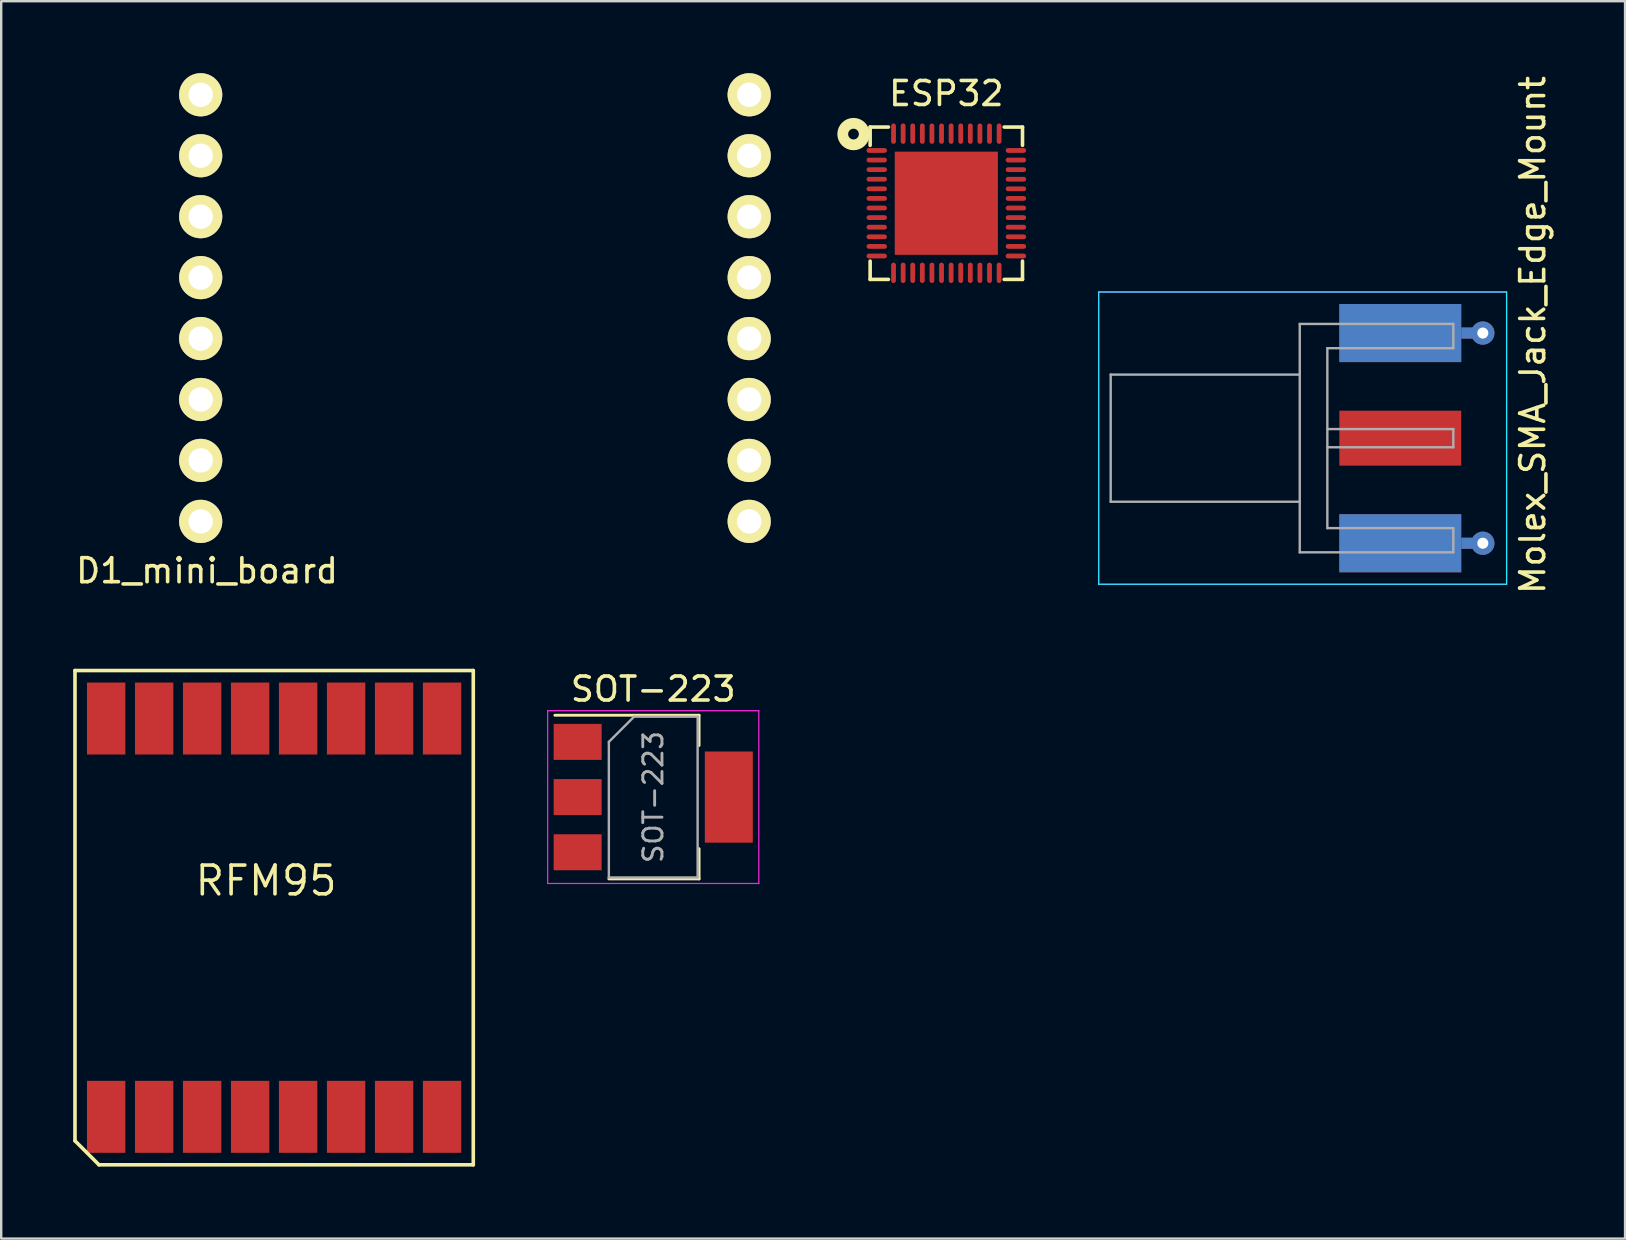
<source format=kicad_pcb>
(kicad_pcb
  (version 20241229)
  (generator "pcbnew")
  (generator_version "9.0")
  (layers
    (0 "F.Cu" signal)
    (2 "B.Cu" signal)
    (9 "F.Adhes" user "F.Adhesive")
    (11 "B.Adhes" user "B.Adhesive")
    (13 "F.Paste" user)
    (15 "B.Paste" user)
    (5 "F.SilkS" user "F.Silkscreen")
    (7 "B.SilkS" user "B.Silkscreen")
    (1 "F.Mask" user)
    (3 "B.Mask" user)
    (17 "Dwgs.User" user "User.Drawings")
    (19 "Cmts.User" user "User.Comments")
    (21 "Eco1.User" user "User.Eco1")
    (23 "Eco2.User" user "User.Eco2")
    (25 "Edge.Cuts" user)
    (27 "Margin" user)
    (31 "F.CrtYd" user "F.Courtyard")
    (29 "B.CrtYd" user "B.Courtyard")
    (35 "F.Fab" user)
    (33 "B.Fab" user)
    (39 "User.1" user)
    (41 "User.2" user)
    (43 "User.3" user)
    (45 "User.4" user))
  (footprint "SOT-223"
    (layer "F.Cu")
    (at 24.175 30.17)
    (property "Reference" "SOT-223" (at 0 -4.5 0) (layer "F.SilkS") (effects (font (size 1 1) (thickness 0.15))))
    (attr smd)
    (fp_line (start -4.1 -3.41) (end 1.91 -3.41) (stroke (width 0.12) (type solid)) (layer "F.SilkS"))
    (fp_line (start -1.85 3.41) (end 1.91 3.41) (stroke (width 0.12) (type solid)) (layer "F.SilkS"))
    (fp_line (start 1.91 -3.41) (end 1.91 -2.15) (stroke (width 0.12) (type solid)) (layer "F.SilkS"))
    (fp_line (start 1.91 3.41) (end 1.91 2.15) (stroke (width 0.12) (type solid)) (layer "F.SilkS"))
    (fp_line (start -4.4 -3.6) (end -4.4 3.6) (stroke (width 0.05) (type solid)) (layer "F.CrtYd"))
    (fp_line (start -4.4 3.6) (end 4.4 3.6) (stroke (width 0.05) (type solid)) (layer "F.CrtYd"))
    (fp_line (start 4.4 -3.6) (end -4.4 -3.6) (stroke (width 0.05) (type solid)) (layer "F.CrtYd"))
    (fp_line (start 4.4 3.6) (end 4.4 -3.6) (stroke (width 0.05) (type solid)) (layer "F.CrtYd"))
    (fp_line (start -1.85 -2.3) (end -1.85 3.35) (stroke (width 0.1) (type solid)) (layer "F.Fab"))
    (fp_line (start -1.85 -2.3) (end -0.8 -3.35) (stroke (width 0.1) (type solid)) (layer "F.Fab"))
    (fp_line (start -1.85 3.35) (end 1.85 3.35) (stroke (width 0.1) (type solid)) (layer "F.Fab"))
    (fp_line (start -0.8 -3.35) (end 1.85 -3.35) (stroke (width 0.1) (type solid)) (layer "F.Fab"))
    (fp_line (start 1.85 -3.35) (end 1.85 3.35) (stroke (width 0.1) (type solid)) (layer "F.Fab"))
    (fp_text user "${REFERENCE}" (at 0 0 90) (layer "F.Fab") (effects (font (size 0.8 0.8) (thickness 0.12))))
    (pad "1" smd rect (at -3.15 -2.3) (size 2 1.5) (layers "F.Cu" "F.Mask" "F.Paste"))
    (pad "2" smd rect (at -3.15 0) (size 2 1.5) (layers "F.Cu" "F.Mask" "F.Paste"))
    (pad "3" smd rect (at -3.15 2.3) (size 2 1.5) (layers "F.Cu" "F.Mask" "F.Paste"))
    (pad "4" smd rect (at 3.15 0) (size 2 3.8) (layers "F.Cu" "F.Mask" "F.Paste")))
  (footprint "RFM95"
    (layer "F.Cu")
    (at 8.375 35.196)
    (property "Reference" "RFM95" (at -0.336 -1.541 180) (layer "F.SilkS") (effects (font (size 1.2 1.2) (thickness 0.15))))
    (attr through_hole)
    (fp_line (start -8.3 -10.3) (end -8.3 9.3) (stroke (width 0.15) (type solid)) (layer "F.SilkS"))
    (fp_line (start -8.3 9.3) (end -7.3 10.3) (stroke (width 0.15) (type solid)) (layer "F.SilkS"))
    (fp_line (start -7.3 10.3) (end 8.3 10.3) (stroke (width 0.15) (type solid)) (layer "F.SilkS"))
    (fp_line (start 8.3 -10.3) (end -8.3 -10.3) (stroke (width 0.15) (type solid)) (layer "F.SilkS"))
    (fp_line (start 8.3 10.3) (end 8.3 -10.3) (stroke (width 0.15) (type solid)) (layer "F.SilkS"))
    (pad "1" smd rect (at -7 8.3) (size 1.6 3) (layers "F.Cu" "F.Mask" "F.Paste"))
    (pad "2" smd rect (at -5 8.3) (size 1.6 3) (layers "F.Cu" "F.Mask" "F.Paste"))
    (pad "3" smd rect (at -3 8.3) (size 1.6 3) (layers "F.Cu" "F.Mask" "F.Paste"))
    (pad "4" smd rect (at -1 8.3) (size 1.6 3) (layers "F.Cu" "F.Mask" "F.Paste"))
    (pad "5" smd rect (at 1 8.3) (size 1.6 3) (layers "F.Cu" "F.Mask" "F.Paste"))
    (pad "6" smd rect (at 3 8.3) (size 1.6 3) (layers "F.Cu" "F.Mask" "F.Paste"))
    (pad "7" smd rect (at 5 8.3) (size 1.6 3) (layers "F.Cu" "F.Mask" "F.Paste"))
    (pad "8" smd rect (at 7 8.3) (size 1.6 3) (layers "F.Cu" "F.Mask" "F.Paste"))
    (pad "9" smd rect (at 7 -8.3) (size 1.6 3) (layers "F.Cu" "F.Mask" "F.Paste"))
    (pad "10" smd rect (at 5 -8.3) (size 1.6 3) (layers "F.Cu" "F.Mask" "F.Paste"))
    (pad "11" smd rect (at 3 -8.3) (size 1.6 3) (layers "F.Cu" "F.Mask" "F.Paste"))
    (pad "12" smd rect (at 1 -8.3) (size 1.6 3) (layers "F.Cu" "F.Mask" "F.Paste"))
    (pad "13" smd rect (at -1 -8.3) (size 1.6 3) (layers "F.Cu" "F.Mask" "F.Paste"))
    (pad "14" smd rect (at -3 -8.3) (size 1.6 3) (layers "F.Cu" "F.Mask" "F.Paste"))
    (pad "15" smd rect (at -5 -8.3) (size 1.6 3) (layers "F.Cu" "F.Mask" "F.Paste"))
    (pad "16" smd rect (at -7 -8.3) (size 1.6 3) (layers "F.Cu" "F.Mask" "F.Paste")))
  (footprint "D1_mini_board"
    (layer "F.Cu")
    (at 16.744 11.06)
    (property "Reference" "D1_mini_board" (at -11.166 9.678 0) (layer "F.SilkS") (effects (font (size 1 1) (thickness 0.15))))
    (attr through_hole)
    (pad "1" thru_hole circle (at -11.43 7.62) (size 1.8 1.8) (drill 1.016) (layers "*.Cu" "*.Mask" "F.SilkS"))
    (pad "2" thru_hole circle (at -11.43 5.08) (size 1.8 1.8) (drill 1.016) (layers "*.Cu" "*.Mask" "F.SilkS"))
    (pad "3" thru_hole circle (at -11.43 2.54) (size 1.8 1.8) (drill 1.016) (layers "*.Cu" "*.Mask" "F.SilkS"))
    (pad "4" thru_hole circle (at -11.43 0) (size 1.8 1.8) (drill 1.016) (layers "*.Cu" "*.Mask" "F.SilkS"))
    (pad "5" thru_hole circle (at -11.43 -2.54) (size 1.8 1.8) (drill 1.016) (layers "*.Cu" "*.Mask" "F.SilkS"))
    (pad "6" thru_hole circle (at -11.43 -5.08) (size 1.8 1.8) (drill 1.016) (layers "*.Cu" "*.Mask" "F.SilkS"))
    (pad "7" thru_hole circle (at -11.43 -7.62) (size 1.8 1.8) (drill 1.016) (layers "*.Cu" "*.Mask" "F.SilkS"))
    (pad "8" thru_hole circle (at -11.43 -10.16) (size 1.8 1.8) (drill 1.016) (layers "*.Cu" "*.Mask" "F.SilkS"))
    (pad "9" thru_hole circle (at 11.43 -10.16) (size 1.8 1.8) (drill 1.016) (layers "*.Cu" "*.Mask" "F.SilkS"))
    (pad "10" thru_hole circle (at 11.43 -7.62) (size 1.8 1.8) (drill 1.016) (layers "*.Cu" "*.Mask" "F.SilkS"))
    (pad "11" thru_hole circle (at 11.43 -5.08) (size 1.8 1.8) (drill 1.016) (layers "*.Cu" "*.Mask" "F.SilkS"))
    (pad "12" thru_hole circle (at 11.43 -2.54) (size 1.8 1.8) (drill 1.016) (layers "*.Cu" "*.Mask" "F.SilkS"))
    (pad "13" thru_hole circle (at 11.43 0) (size 1.8 1.8) (drill 1.016) (layers "*.Cu" "*.Mask" "F.SilkS"))
    (pad "14" thru_hole circle (at 11.43 2.54) (size 1.8 1.8) (drill 1.016) (layers "*.Cu" "*.Mask" "F.SilkS"))
    (pad "15" thru_hole circle (at 11.43 5.08) (size 1.8 1.8) (drill 1.016) (layers "*.Cu" "*.Mask" "F.SilkS"))
    (pad "16" thru_hole circle (at 11.43 7.62) (size 1.8 1.8) (drill 1.016) (layers "*.Cu" "*.Mask" "F.SilkS")))
  (footprint "Molex_SMA_Jack_Edge_Mount"
    (layer "F.Cu")
    (at 57.03 15.211)
    (property "Reference" "Molex_SMA_Jack_Edge_Mount" (at 3.8 -4.3 90) (layer "F.SilkS") (effects (font (size 1 1) (thickness 0.15))))
    (attr smd)
    (fp_line (start -14.29 -6.09) (end -14.29 6.09) (stroke (width 0.05) (type solid)) (layer "B.CrtYd"))
    (fp_line (start -14.29 -6.09) (end 2.71 -6.09) (stroke (width 0.05) (type solid)) (layer "B.CrtYd"))
    (fp_line (start -14.29 6.09) (end 2.71 6.09) (stroke (width 0.05) (type solid)) (layer "B.CrtYd"))
    (fp_line (start 2.71 -6.09) (end 2.71 6.09) (stroke (width 0.05) (type solid)) (layer "B.CrtYd"))
    (fp_line (start -14.29 -6.09) (end -14.29 6.09) (stroke (width 0.05) (type solid)) (layer "F.CrtYd"))
    (fp_line (start -14.29 6.09) (end 2.71 6.09) (stroke (width 0.05) (type solid)) (layer "F.CrtYd"))
    (fp_line (start 2.71 -6.09) (end -14.29 -6.09) (stroke (width 0.05) (type solid)) (layer "F.CrtYd"))
    (fp_line (start 2.71 -6.09) (end 2.71 6.09) (stroke (width 0.05) (type solid)) (layer "F.CrtYd"))
    (fp_line (start -13.79 -2.65) (end -13.79 2.65) (stroke (width 0.1) (type solid)) (layer "F.Fab"))
    (fp_line (start -13.79 -2.65) (end -5.91 -2.65) (stroke (width 0.1) (type solid)) (layer "F.Fab"))
    (fp_line (start -13.79 2.65) (end -5.91 2.65) (stroke (width 0.1) (type solid)) (layer "F.Fab"))
    (fp_line (start -5.91 -4.76) (end -5.91 4.76) (stroke (width 0.1) (type solid)) (layer "F.Fab"))
    (fp_line (start -5.91 4.76) (end 0.49 4.76) (stroke (width 0.1) (type solid)) (layer "F.Fab"))
    (fp_line (start -4.76 -3.75) (end -4.76 3.75) (stroke (width 0.1) (type solid)) (layer "F.Fab"))
    (fp_line (start -4.76 -3.75) (end 0.49 -3.75) (stroke (width 0.1) (type solid)) (layer "F.Fab"))
    (fp_line (start -4.76 -0.38) (end 0.49 -0.38) (stroke (width 0.1) (type solid)) (layer "F.Fab"))
    (fp_line (start -4.76 0.38) (end 0.49 0.38) (stroke (width 0.1) (type solid)) (layer "F.Fab"))
    (fp_line (start -4.76 3.75) (end 0.49 3.75) (stroke (width 0.1) (type solid)) (layer "F.Fab"))
    (fp_line (start 0.49 -4.76) (end -5.91 -4.76) (stroke (width 0.1) (type solid)) (layer "F.Fab"))
    (fp_line (start 0.49 -4.76) (end 0.49 -3.75) (stroke (width 0.1) (type solid)) (layer "F.Fab"))
    (fp_line (start 0.49 -0.38) (end 0.49 0.38) (stroke (width 0.1) (type solid)) (layer "F.Fab"))
    (fp_line (start 0.49 3.75) (end 0.49 4.76) (stroke (width 0.1) (type solid)) (layer "F.Fab"))
    (pad "1" smd rect (at -1.72 0) (size 5.08 2.29) (layers "F.Cu" "F.Mask" "F.Paste"))
    (pad "2" smd rect (at -1.72 -4.38) (size 5.08 2.42) (layers "F.Cu" "F.Mask" "F.Paste"))
    (pad "2" smd rect (at -1.72 -4.38) (size 5.08 2.42) (layers "B.Cu" "B.Mask"))
    (pad "2" smd rect (at -1.72 4.38) (size 5.08 2.42) (layers "F.Cu" "F.Mask" "F.Paste"))
    (pad "2" smd rect (at -1.72 4.38) (size 5.08 2.42) (layers "B.Cu" "B.Mask"))
    (pad "2" smd rect (at 1.27 -4.38) (size 0.89 0.46) (layers "F.Cu"))
    (pad "2" smd rect (at 1.27 -4.38) (size 0.89 0.46) (layers "B.Cu"))
    (pad "2" smd rect (at 1.27 4.38) (size 0.89 0.46) (layers "F.Cu"))
    (pad "2" smd rect (at 1.27 4.38) (size 0.89 0.46) (layers "B.Cu"))
    (pad "2" thru_hole circle (at 1.72 -4.38) (size 0.97 0.97) (drill 0.46) (layers "*.Cu"))
    (pad "2" thru_hole circle (at 1.72 4.38) (size 0.97 0.97) (drill 0.46) (layers "*.Cu")))
  (footprint "ESP32"
    (layer "F.Cu")
    (at 36.372 5.438)
    (property "Reference" "ESP32" (at 0.018 -4.59 0) (layer "F.SilkS") (effects (font (size 1 1) (thickness 0.15))))
    (attr through_hole)
    (fp_line (start -3.157 -3.193) (end -3.157 -2.431) (stroke (width 0.15) (type solid)) (layer "F.SilkS"))
    (fp_line (start -3.157 2.395) (end -3.157 3.157) (stroke (width 0.15) (type solid)) (layer "F.SilkS"))
    (fp_line (start -3.157 3.157) (end -2.395 3.157) (stroke (width 0.15) (type solid)) (layer "F.SilkS"))
    (fp_line (start -2.395 -3.193) (end -3.157 -3.193) (stroke (width 0.15) (type solid)) (layer "F.SilkS"))
    (fp_line (start 2.431 -3.193) (end 3.193 -3.193) (stroke (width 0.15) (type solid)) (layer "F.SilkS"))
    (fp_line (start 3.193 -3.193) (end 3.193 -2.431) (stroke (width 0.15) (type solid)) (layer "F.SilkS"))
    (fp_line (start 3.193 2.395) (end 3.193 3.157) (stroke (width 0.15) (type solid)) (layer "F.SilkS"))
    (fp_line (start 3.193 3.157) (end 2.431 3.157) (stroke (width 0.15) (type solid)) (layer "F.SilkS"))
    (fp_circle (center -3.85 -2.9) (end -3.95 -3.1) (stroke (width 0.45) (type solid)) (fill no) (layer "F.SilkS"))
    (pad "1" smd oval (at -2.882 -2.218) (size 0.85 0.2) (layers "F.Cu" "F.Mask" "F.Paste"))
    (pad "2" smd oval (at -2.882 -1.818) (size 0.85 0.2) (layers "F.Cu" "F.Mask" "F.Paste"))
    (pad "3" smd oval (at -2.882 -1.418) (size 0.85 0.2) (layers "F.Cu" "F.Mask" "F.Paste"))
    (pad "4" smd oval (at -2.882 -1.018) (size 0.85 0.2) (layers "F.Cu" "F.Mask" "F.Paste"))
    (pad "5" smd oval (at -2.882 -0.618) (size 0.85 0.2) (layers "F.Cu" "F.Mask" "F.Paste"))
    (pad "6" smd oval (at -2.882 -0.218) (size 0.85 0.2) (layers "F.Cu" "F.Mask" "F.Paste"))
    (pad "7" smd oval (at -2.882 0.182) (size 0.85 0.2) (layers "F.Cu" "F.Mask" "F.Paste"))
    (pad "8" smd oval (at -2.882 0.582) (size 0.85 0.2) (layers "F.Cu" "F.Mask" "F.Paste"))
    (pad "9" smd oval (at -2.882 0.982) (size 0.85 0.2) (layers "F.Cu" "F.Mask" "F.Paste"))
    (pad "10" smd oval (at -2.882 1.382) (size 0.85 0.2) (layers "F.Cu" "F.Mask" "F.Paste"))
    (pad "11" smd oval (at -2.882 1.782) (size 0.85 0.2) (layers "F.Cu" "F.Mask" "F.Paste"))
    (pad "12" smd oval (at -2.882 2.182) (size 0.85 0.2) (layers "F.Cu" "F.Mask" "F.Paste"))
    (pad "13" smd oval (at -2.182 2.882) (size 0.2 0.85) (layers "F.Cu" "F.Mask" "F.Paste"))
    (pad "14" smd oval (at -1.782 2.882) (size 0.2 0.85) (layers "F.Cu" "F.Mask" "F.Paste"))
    (pad "15" smd oval (at -1.382 2.882) (size 0.2 0.85) (layers "F.Cu" "F.Mask" "F.Paste"))
    (pad "16" smd oval (at -0.982 2.882) (size 0.2 0.85) (layers "F.Cu" "F.Mask" "F.Paste"))
    (pad "17" smd oval (at -0.582 2.882) (size 0.2 0.85) (layers "F.Cu" "F.Mask" "F.Paste"))
    (pad "18" smd oval (at -0.182 2.882) (size 0.2 0.85) (layers "F.Cu" "F.Mask" "F.Paste"))
    (pad "19" smd oval (at 0.218 2.882) (size 0.2 0.85) (layers "F.Cu" "F.Mask" "F.Paste"))
    (pad "20" smd oval (at 0.618 2.882) (size 0.2 0.85) (layers "F.Cu" "F.Mask" "F.Paste"))
    (pad "21" smd oval (at 1.018 2.882) (size 0.2 0.85) (layers "F.Cu" "F.Mask" "F.Paste"))
    (pad "22" smd oval (at 1.418 2.882) (size 0.2 0.85) (layers "F.Cu" "F.Mask" "F.Paste"))
    (pad "23" smd oval (at 1.818 2.882) (size 0.2 0.85) (layers "F.Cu" "F.Mask" "F.Paste"))
    (pad "24" smd oval (at 2.218 2.882) (size 0.2 0.85) (layers "F.Cu" "F.Mask" "F.Paste"))
    (pad "25" smd oval (at 2.918 2.182) (size 0.85 0.2) (layers "F.Cu" "F.Mask" "F.Paste"))
    (pad "26" smd oval (at 2.918 1.782) (size 0.85 0.2) (layers "F.Cu" "F.Mask" "F.Paste"))
    (pad "27" smd oval (at 2.918 1.382) (size 0.85 0.2) (layers "F.Cu" "F.Mask" "F.Paste"))
    (pad "28" smd oval (at 2.918 0.982) (size 0.85 0.2) (layers "F.Cu" "F.Mask" "F.Paste"))
    (pad "29" smd oval (at 2.918 0.582) (size 0.85 0.2) (layers "F.Cu" "F.Mask" "F.Paste"))
    (pad "30" smd oval (at 2.918 0.182) (size 0.85 0.2) (layers "F.Cu" "F.Mask" "F.Paste"))
    (pad "31" smd oval (at 2.918 -0.218) (size 0.85 0.2) (layers "F.Cu" "F.Mask" "F.Paste"))
    (pad "32" smd oval (at 2.918 -0.618) (size 0.85 0.2) (layers "F.Cu" "F.Mask" "F.Paste"))
    (pad "33" smd oval (at 2.918 -1.018) (size 0.85 0.2) (layers "F.Cu" "F.Mask" "F.Paste"))
    (pad "34" smd oval (at 2.918 -1.418) (size 0.85 0.2) (layers "F.Cu" "F.Mask" "F.Paste"))
    (pad "35" smd oval (at 2.918 -1.818) (size 0.85 0.2) (layers "F.Cu" "F.Mask" "F.Paste"))
    (pad "36" smd oval (at 2.918 -2.218) (size 0.85 0.2) (layers "F.Cu" "F.Mask" "F.Paste"))
    (pad "37" smd oval (at 2.218 -2.918) (size 0.2 0.85) (layers "F.Cu" "F.Mask" "F.Paste"))
    (pad "38" smd oval (at 1.818 -2.918) (size 0.2 0.85) (layers "F.Cu" "F.Mask" "F.Paste"))
    (pad "39" smd oval (at 1.418 -2.918) (size 0.2 0.85) (layers "F.Cu" "F.Mask" "F.Paste"))
    (pad "40" smd oval (at 1.018 -2.918) (size 0.2 0.85) (layers "F.Cu" "F.Mask" "F.Paste"))
    (pad "41" smd oval (at 0.618 -2.918) (size 0.2 0.85) (layers "F.Cu" "F.Mask" "F.Paste"))
    (pad "42" smd oval (at 0.218 -2.918) (size 0.2 0.85) (layers "F.Cu" "F.Mask" "F.Paste"))
    (pad "43" smd oval (at -0.182 -2.918) (size 0.2 0.85) (layers "F.Cu" "F.Mask" "F.Paste"))
    (pad "44" smd oval (at -0.582 -2.918) (size 0.2 0.85) (layers "F.Cu" "F.Mask" "F.Paste"))
    (pad "45" smd oval (at -0.982 -2.918) (size 0.2 0.85) (layers "F.Cu" "F.Mask" "F.Paste"))
    (pad "46" smd oval (at -1.382 -2.918) (size 0.2 0.85) (layers "F.Cu" "F.Mask" "F.Paste"))
    (pad "47" smd oval (at -1.782 -2.918) (size 0.2 0.85) (layers "F.Cu" "F.Mask" "F.Paste"))
    (pad "48" smd oval (at -2.182 -2.918) (size 0.2 0.85) (layers "F.Cu" "F.Mask" "F.Paste"))
    (pad "49" smd rect (at 0.018 -0.018) (size 4.3 4.3) (layers "F.Cu" "F.Mask" "F.Paste")))
  (gr_rect
    (start -3 -3)
    (end 64.678 48.571)
    (stroke (width 0.1) (type default))
    (fill no)
    (layer "Edge.Cuts")))
</source>
